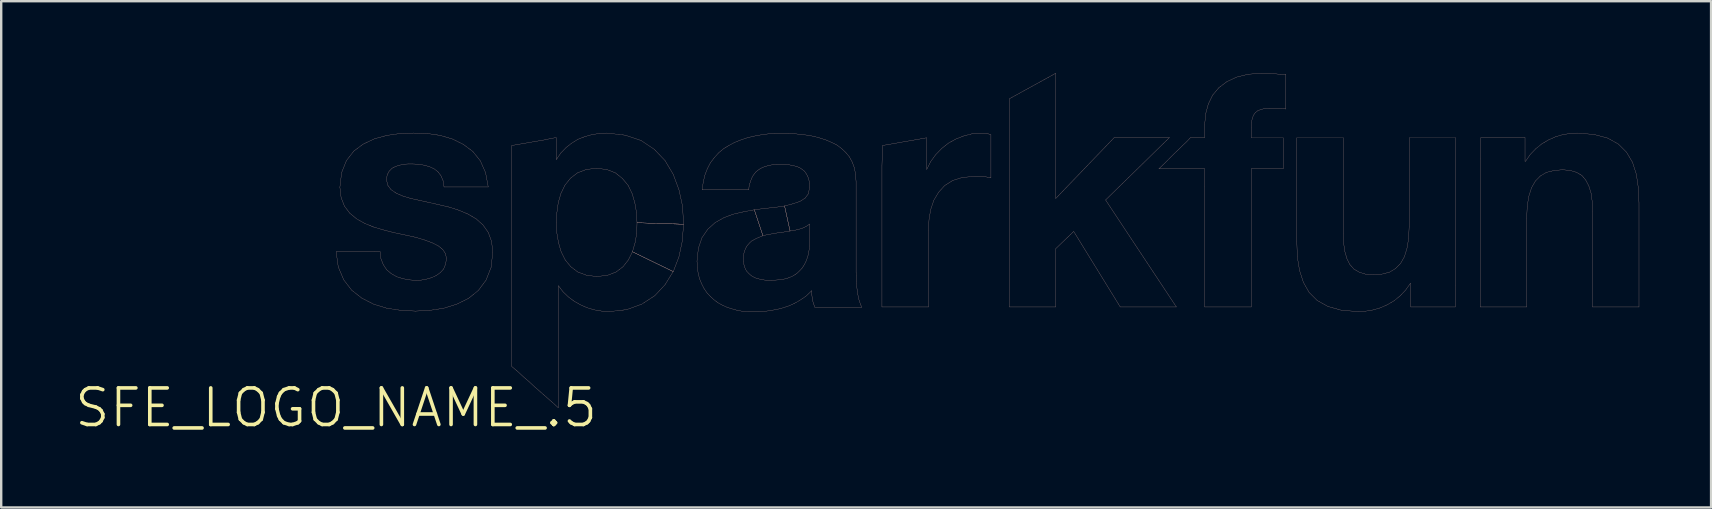
<source format=kicad_pcb>
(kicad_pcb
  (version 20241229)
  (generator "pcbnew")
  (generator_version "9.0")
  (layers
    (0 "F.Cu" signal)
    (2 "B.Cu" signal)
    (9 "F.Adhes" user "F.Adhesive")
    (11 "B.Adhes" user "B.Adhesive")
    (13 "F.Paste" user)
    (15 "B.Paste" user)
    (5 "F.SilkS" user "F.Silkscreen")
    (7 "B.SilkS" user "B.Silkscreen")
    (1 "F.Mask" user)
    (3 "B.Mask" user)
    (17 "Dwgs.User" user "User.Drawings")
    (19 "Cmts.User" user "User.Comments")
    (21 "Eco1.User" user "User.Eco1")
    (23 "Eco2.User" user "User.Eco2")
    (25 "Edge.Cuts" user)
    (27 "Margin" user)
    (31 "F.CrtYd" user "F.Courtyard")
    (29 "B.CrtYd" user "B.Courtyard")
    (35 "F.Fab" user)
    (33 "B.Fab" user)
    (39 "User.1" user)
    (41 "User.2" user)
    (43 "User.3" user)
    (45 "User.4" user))
  (footprint "SFE_LOGO_NAME_.5"
    (layer "F.Cu")
    (at 10.958 13.943)
    (property "Reference" "SFE_LOGO_NAME_.5" (at 0 0 0) (layer "F.SilkS") (effects (font (size 1.524 1.524) (thickness 0.15))))
    (attr exclude_from_pos_files exclude_from_bom)
    (fp_line (start 0 -6.5) (end 1.608 -6.5) (stroke (width 0.008) (type solid)) (layer "B.SilkS"))
    (fp_line (start 0.089 -5.87) (end 0 -6.5) (stroke (width 0.008) (type solid)) (layer "B.SilkS"))
    (fp_line (start 0.157 -9.19) (end 0.229 -9.799) (stroke (width 0.008) (type solid)) (layer "B.SilkS"))
    (fp_line (start 0.208 -8.758) (end 0.157 -9.19) (stroke (width 0.008) (type solid)) (layer "B.SilkS"))
    (fp_line (start 0.229 -9.799) (end 0.429 -10.3) (stroke (width 0.008) (type solid)) (layer "B.SilkS"))
    (fp_line (start 0.318 -5.329) (end 0.089 -5.87) (stroke (width 0.008) (type solid)) (layer "B.SilkS"))
    (fp_line (start 0.348 -8.4) (end 0.208 -8.758) (stroke (width 0.008) (type solid)) (layer "B.SilkS"))
    (fp_line (start 0.429 -10.3) (end 0.739 -10.698) (stroke (width 0.008) (type solid)) (layer "B.SilkS"))
    (fp_line (start 0.569 -8.108) (end 0.348 -8.4) (stroke (width 0.008) (type solid)) (layer "B.SilkS"))
    (fp_line (start 0.648 -4.9) (end 0.318 -5.329) (stroke (width 0.008) (type solid)) (layer "B.SilkS"))
    (fp_line (start 0.739 -10.698) (end 1.128 -10.988) (stroke (width 0.008) (type solid)) (layer "B.SilkS"))
    (fp_line (start 0.859 -7.869) (end 0.569 -8.108) (stroke (width 0.008) (type solid)) (layer "B.SilkS"))
    (fp_line (start 1.069 -4.569) (end 0.648 -4.9) (stroke (width 0.008) (type solid)) (layer "B.SilkS"))
    (fp_line (start 1.128 -10.988) (end 1.598 -11.209) (stroke (width 0.008) (type solid)) (layer "B.SilkS"))
    (fp_line (start 1.199 -7.678) (end 0.859 -7.869) (stroke (width 0.008) (type solid)) (layer "B.SilkS"))
    (fp_line (start 1.56 -4.318) (end 1.069 -4.569) (stroke (width 0.008) (type solid)) (layer "B.SilkS"))
    (fp_line (start 1.57 -7.529) (end 1.199 -7.678) (stroke (width 0.008) (type solid)) (layer "B.SilkS"))
    (fp_line (start 1.598 -11.209) (end 2.108 -11.349) (stroke (width 0.008) (type solid)) (layer "B.SilkS"))
    (fp_line (start 1.608 -6.5) (end 1.839 -6.5) (stroke (width 0.008) (type solid)) (layer "B.SilkS"))
    (fp_line (start 1.839 -6.5) (end 1.869 -6.208) (stroke (width 0.008) (type solid)) (layer "B.SilkS"))
    (fp_line (start 1.869 -6.208) (end 1.968 -5.959) (stroke (width 0.008) (type solid)) (layer "B.SilkS"))
    (fp_line (start 1.968 -5.959) (end 2.108 -5.748) (stroke (width 0.008) (type solid)) (layer "B.SilkS"))
    (fp_line (start 1.979 -7.409) (end 1.57 -7.529) (stroke (width 0.008) (type solid)) (layer "B.SilkS"))
    (fp_line (start 2.098 -9.51) (end 2.149 -9.279) (stroke (width 0.008) (type solid)) (layer "B.SilkS"))
    (fp_line (start 2.108 -11.349) (end 2.67 -11.43) (stroke (width 0.008) (type solid)) (layer "B.SilkS"))
    (fp_line (start 2.108 -5.748) (end 2.299 -5.588) (stroke (width 0.008) (type solid)) (layer "B.SilkS"))
    (fp_line (start 2.108 -4.148) (end 1.56 -4.318) (stroke (width 0.008) (type solid)) (layer "B.SilkS"))
    (fp_line (start 2.129 -9.708) (end 2.098 -9.51) (stroke (width 0.008) (type solid)) (layer "B.SilkS"))
    (fp_line (start 2.149 -9.279) (end 2.289 -9.088) (stroke (width 0.008) (type solid)) (layer "B.SilkS"))
    (fp_line (start 2.21 -9.858) (end 2.129 -9.708) (stroke (width 0.008) (type solid)) (layer "B.SilkS"))
    (fp_line (start 2.289 -9.088) (end 2.51 -8.938) (stroke (width 0.008) (type solid)) (layer "B.SilkS"))
    (fp_line (start 2.299 -5.588) (end 2.53 -5.458) (stroke (width 0.008) (type solid)) (layer "B.SilkS"))
    (fp_line (start 2.329 -9.98) (end 2.21 -9.858) (stroke (width 0.008) (type solid)) (layer "B.SilkS"))
    (fp_line (start 2.398 -7.3) (end 1.979 -7.409) (stroke (width 0.008) (type solid)) (layer "B.SilkS"))
    (fp_line (start 2.479 -10.058) (end 2.329 -9.98) (stroke (width 0.008) (type solid)) (layer "B.SilkS"))
    (fp_line (start 2.51 -8.938) (end 2.789 -8.819) (stroke (width 0.008) (type solid)) (layer "B.SilkS"))
    (fp_line (start 2.53 -5.458) (end 2.779 -5.38) (stroke (width 0.008) (type solid)) (layer "B.SilkS"))
    (fp_line (start 2.649 -10.109) (end 2.479 -10.058) (stroke (width 0.008) (type solid)) (layer "B.SilkS"))
    (fp_line (start 2.67 -11.43) (end 3.228 -11.448) (stroke (width 0.008) (type solid)) (layer "B.SilkS"))
    (fp_line (start 2.697 -4.059) (end 2.108 -4.148) (stroke (width 0.008) (type solid)) (layer "B.SilkS"))
    (fp_line (start 2.779 -5.38) (end 3.048 -5.329) (stroke (width 0.008) (type solid)) (layer "B.SilkS"))
    (fp_line (start 2.789 -8.819) (end 3.119 -8.72) (stroke (width 0.008) (type solid)) (layer "B.SilkS"))
    (fp_line (start 2.83 -10.15) (end 2.649 -10.109) (stroke (width 0.008) (type solid)) (layer "B.SilkS"))
    (fp_line (start 2.888 -7.198) (end 2.398 -7.3) (stroke (width 0.008) (type solid)) (layer "B.SilkS"))
    (fp_line (start 3.01 -10.16) (end 2.83 -10.15) (stroke (width 0.008) (type solid)) (layer "B.SilkS"))
    (fp_line (start 3.048 -5.329) (end 3.33 -5.309) (stroke (width 0.008) (type solid)) (layer "B.SilkS"))
    (fp_line (start 3.119 -8.72) (end 3.49 -8.639) (stroke (width 0.008) (type solid)) (layer "B.SilkS"))
    (fp_line (start 3.178 -10.16) (end 3.01 -10.16) (stroke (width 0.008) (type solid)) (layer "B.SilkS"))
    (fp_line (start 3.228 -11.448) (end 3.8 -11.43) (stroke (width 0.008) (type solid)) (layer "B.SilkS"))
    (fp_line (start 3.31 -4.028) (end 2.697 -4.059) (stroke (width 0.008) (type solid)) (layer "B.SilkS"))
    (fp_line (start 3.33 -7.099) (end 2.888 -7.198) (stroke (width 0.008) (type solid)) (layer "B.SilkS"))
    (fp_line (start 3.33 -5.309) (end 3.538 -5.319) (stroke (width 0.008) (type solid)) (layer "B.SilkS"))
    (fp_line (start 3.429 -10.15) (end 3.178 -10.16) (stroke (width 0.008) (type solid)) (layer "B.SilkS"))
    (fp_line (start 3.49 -8.639) (end 3.889 -8.55) (stroke (width 0.008) (type solid)) (layer "B.SilkS"))
    (fp_line (start 3.538 -5.319) (end 3.759 -5.359) (stroke (width 0.008) (type solid)) (layer "B.SilkS"))
    (fp_line (start 3.668 -10.109) (end 3.429 -10.15) (stroke (width 0.008) (type solid)) (layer "B.SilkS"))
    (fp_line (start 3.698 -6.988) (end 3.33 -7.099) (stroke (width 0.008) (type solid)) (layer "B.SilkS"))
    (fp_line (start 3.759 -5.359) (end 3.967 -5.418) (stroke (width 0.008) (type solid)) (layer "B.SilkS"))
    (fp_line (start 3.8 -11.43) (end 4.338 -11.349) (stroke (width 0.008) (type solid)) (layer "B.SilkS"))
    (fp_line (start 3.889 -10.048) (end 3.668 -10.109) (stroke (width 0.008) (type solid)) (layer "B.SilkS"))
    (fp_line (start 3.889 -8.55) (end 4.298 -8.458) (stroke (width 0.008) (type solid)) (layer "B.SilkS"))
    (fp_line (start 3.909 -4.059) (end 3.31 -4.028) (stroke (width 0.008) (type solid)) (layer "B.SilkS"))
    (fp_line (start 3.967 -5.418) (end 4.168 -5.509) (stroke (width 0.008) (type solid)) (layer "B.SilkS"))
    (fp_line (start 4.018 -6.868) (end 3.698 -6.988) (stroke (width 0.008) (type solid)) (layer "B.SilkS"))
    (fp_line (start 4.079 -9.959) (end 3.889 -10.048) (stroke (width 0.008) (type solid)) (layer "B.SilkS"))
    (fp_line (start 4.168 -5.509) (end 4.338 -5.629) (stroke (width 0.008) (type solid)) (layer "B.SilkS"))
    (fp_line (start 4.239 -9.84) (end 4.079 -9.959) (stroke (width 0.008) (type solid)) (layer "B.SilkS"))
    (fp_line (start 4.27 -6.739) (end 4.018 -6.868) (stroke (width 0.008) (type solid)) (layer "B.SilkS"))
    (fp_line (start 4.298 -8.458) (end 4.719 -8.359) (stroke (width 0.008) (type solid)) (layer "B.SilkS"))
    (fp_line (start 4.338 -11.349) (end 4.849 -11.199) (stroke (width 0.008) (type solid)) (layer "B.SilkS"))
    (fp_line (start 4.338 -5.629) (end 4.478 -5.779) (stroke (width 0.008) (type solid)) (layer "B.SilkS"))
    (fp_line (start 4.369 -9.67) (end 4.239 -9.84) (stroke (width 0.008) (type solid)) (layer "B.SilkS"))
    (fp_line (start 4.448 -6.589) (end 4.27 -6.739) (stroke (width 0.008) (type solid)) (layer "B.SilkS"))
    (fp_line (start 4.458 -9.459) (end 4.369 -9.67) (stroke (width 0.008) (type solid)) (layer "B.SilkS"))
    (fp_line (start 4.478 -5.779) (end 4.559 -5.979) (stroke (width 0.008) (type solid)) (layer "B.SilkS"))
    (fp_line (start 4.488 -4.148) (end 3.909 -4.059) (stroke (width 0.008) (type solid)) (layer "B.SilkS"))
    (fp_line (start 4.498 -9.2) (end 4.458 -9.459) (stroke (width 0.008) (type solid)) (layer "B.SilkS"))
    (fp_line (start 4.559 -6.419) (end 4.448 -6.589) (stroke (width 0.008) (type solid)) (layer "B.SilkS"))
    (fp_line (start 4.559 -5.979) (end 4.6 -6.208) (stroke (width 0.008) (type solid)) (layer "B.SilkS"))
    (fp_line (start 4.6 -6.208) (end 4.559 -6.419) (stroke (width 0.008) (type solid)) (layer "B.SilkS"))
    (fp_line (start 4.719 -8.359) (end 5.118 -8.23) (stroke (width 0.008) (type solid)) (layer "B.SilkS"))
    (fp_line (start 4.849 -11.199) (end 5.298 -10.978) (stroke (width 0.008) (type solid)) (layer "B.SilkS"))
    (fp_line (start 5.029 -4.318) (end 4.488 -4.148) (stroke (width 0.008) (type solid)) (layer "B.SilkS"))
    (fp_line (start 5.118 -8.23) (end 5.499 -8.07) (stroke (width 0.008) (type solid)) (layer "B.SilkS"))
    (fp_line (start 5.298 -10.978) (end 5.7 -10.678) (stroke (width 0.008) (type solid)) (layer "B.SilkS"))
    (fp_line (start 5.499 -8.07) (end 5.839 -7.869) (stroke (width 0.008) (type solid)) (layer "B.SilkS"))
    (fp_line (start 5.519 -4.559) (end 5.029 -4.318) (stroke (width 0.008) (type solid)) (layer "B.SilkS"))
    (fp_line (start 5.7 -10.678) (end 6.01 -10.29) (stroke (width 0.008) (type solid)) (layer "B.SilkS"))
    (fp_line (start 5.839 -7.869) (end 6.119 -7.62) (stroke (width 0.008) (type solid)) (layer "B.SilkS"))
    (fp_line (start 5.928 -4.889) (end 5.519 -4.559) (stroke (width 0.008) (type solid)) (layer "B.SilkS"))
    (fp_line (start 6.01 -10.29) (end 6.228 -9.799) (stroke (width 0.008) (type solid)) (layer "B.SilkS"))
    (fp_line (start 6.119 -7.62) (end 6.34 -7.308) (stroke (width 0.008) (type solid)) (layer "B.SilkS"))
    (fp_line (start 6.228 -9.799) (end 6.34 -9.2) (stroke (width 0.008) (type solid)) (layer "B.SilkS"))
    (fp_line (start 6.248 -5.319) (end 5.928 -4.889) (stroke (width 0.008) (type solid)) (layer "B.SilkS"))
    (fp_line (start 6.34 -9.2) (end 4.498 -9.2) (stroke (width 0.008) (type solid)) (layer "B.SilkS"))
    (fp_line (start 6.34 -7.308) (end 6.48 -6.929) (stroke (width 0.008) (type solid)) (layer "B.SilkS"))
    (fp_line (start 6.459 -5.85) (end 6.248 -5.319) (stroke (width 0.008) (type solid)) (layer "B.SilkS"))
    (fp_line (start 6.48 -6.929) (end 6.528 -6.48) (stroke (width 0.008) (type solid)) (layer "B.SilkS"))
    (fp_line (start 6.528 -6.48) (end 6.459 -5.85) (stroke (width 0.008) (type solid)) (layer "B.SilkS"))
    (fp_line (start 7.318 -10.93) (end 7.549 -10.968) (stroke (width 0.008) (type solid)) (layer "B.SilkS"))
    (fp_line (start 7.318 -1.72) (end 7.318 -10.93) (stroke (width 0.008) (type solid)) (layer "B.SilkS"))
    (fp_line (start 7.549 -10.968) (end 7.777 -11.008) (stroke (width 0.008) (type solid)) (layer "B.SilkS"))
    (fp_line (start 7.569 -1.509) (end 7.318 -1.72) (stroke (width 0.008) (type solid)) (layer "B.SilkS"))
    (fp_line (start 7.777 -11.008) (end 8.019 -11.049) (stroke (width 0.008) (type solid)) (layer "B.SilkS"))
    (fp_line (start 7.808 -1.288) (end 7.569 -1.509) (stroke (width 0.008) (type solid)) (layer "B.SilkS"))
    (fp_line (start 8.019 -11.049) (end 8.25 -11.09) (stroke (width 0.008) (type solid)) (layer "B.SilkS"))
    (fp_line (start 8.049 -1.079) (end 7.808 -1.288) (stroke (width 0.008) (type solid)) (layer "B.SilkS"))
    (fp_line (start 8.25 -11.09) (end 8.479 -11.128) (stroke (width 0.008) (type solid)) (layer "B.SilkS"))
    (fp_line (start 8.288 -0.859) (end 8.049 -1.079) (stroke (width 0.008) (type solid)) (layer "B.SilkS"))
    (fp_line (start 8.479 -11.128) (end 8.71 -11.168) (stroke (width 0.008) (type solid)) (layer "B.SilkS"))
    (fp_line (start 8.529 -0.648) (end 8.288 -0.859) (stroke (width 0.008) (type solid)) (layer "B.SilkS"))
    (fp_line (start 8.71 -11.168) (end 8.938 -11.219) (stroke (width 0.008) (type solid)) (layer "B.SilkS"))
    (fp_line (start 8.778 -0.429) (end 8.529 -0.648) (stroke (width 0.008) (type solid)) (layer "B.SilkS"))
    (fp_line (start 8.938 -11.219) (end 9.169 -11.26) (stroke (width 0.008) (type solid)) (layer "B.SilkS"))
    (fp_line (start 9.02 -0.218) (end 8.778 -0.429) (stroke (width 0.008) (type solid)) (layer "B.SilkS"))
    (fp_line (start 9.169 -11.26) (end 9.169 -10.348) (stroke (width 0.008) (type solid)) (layer "B.SilkS"))
    (fp_line (start 9.169 -10.348) (end 9.18 -10.348) (stroke (width 0.008) (type solid)) (layer "B.SilkS"))
    (fp_line (start 9.18 -10.348) (end 9.368 -10.62) (stroke (width 0.008) (type solid)) (layer "B.SilkS"))
    (fp_line (start 9.18 -7.709) (end 9.2 -7.28) (stroke (width 0.008) (type solid)) (layer "B.SilkS"))
    (fp_line (start 9.2 -8.128) (end 9.18 -7.709) (stroke (width 0.008) (type solid)) (layer "B.SilkS"))
    (fp_line (start 9.2 -7.28) (end 9.268 -6.878) (stroke (width 0.008) (type solid)) (layer "B.SilkS"))
    (fp_line (start 9.258 -8.55) (end 9.2 -8.128) (stroke (width 0.008) (type solid)) (layer "B.SilkS"))
    (fp_line (start 9.258 -5.08) (end 9.258 0) (stroke (width 0.008) (type solid)) (layer "B.SilkS"))
    (fp_line (start 9.258 0) (end 9.02 -0.218) (stroke (width 0.008) (type solid)) (layer "B.SilkS"))
    (fp_line (start 9.268 -6.878) (end 9.378 -6.5) (stroke (width 0.008) (type solid)) (layer "B.SilkS"))
    (fp_line (start 9.268 -5.08) (end 9.258 -5.08) (stroke (width 0.008) (type solid)) (layer "B.SilkS"))
    (fp_line (start 9.368 -10.62) (end 9.588 -10.848) (stroke (width 0.008) (type solid)) (layer "B.SilkS"))
    (fp_line (start 9.368 -8.928) (end 9.258 -8.55) (stroke (width 0.008) (type solid)) (layer "B.SilkS"))
    (fp_line (start 9.378 -6.5) (end 9.548 -6.16) (stroke (width 0.008) (type solid)) (layer "B.SilkS"))
    (fp_line (start 9.459 -4.829) (end 9.268 -5.08) (stroke (width 0.008) (type solid)) (layer "B.SilkS"))
    (fp_line (start 9.538 -9.279) (end 9.368 -8.928) (stroke (width 0.008) (type solid)) (layer "B.SilkS"))
    (fp_line (start 9.548 -6.16) (end 9.779 -5.878) (stroke (width 0.008) (type solid)) (layer "B.SilkS"))
    (fp_line (start 9.588 -10.848) (end 9.82 -11.029) (stroke (width 0.008) (type solid)) (layer "B.SilkS"))
    (fp_line (start 9.68 -4.618) (end 9.459 -4.829) (stroke (width 0.008) (type solid)) (layer "B.SilkS"))
    (fp_line (start 9.769 -9.568) (end 9.538 -9.279) (stroke (width 0.008) (type solid)) (layer "B.SilkS"))
    (fp_line (start 9.779 -5.878) (end 10.069 -5.659) (stroke (width 0.008) (type solid)) (layer "B.SilkS"))
    (fp_line (start 9.82 -11.029) (end 10.079 -11.189) (stroke (width 0.008) (type solid)) (layer "B.SilkS"))
    (fp_line (start 9.919 -4.44) (end 9.68 -4.618) (stroke (width 0.008) (type solid)) (layer "B.SilkS"))
    (fp_line (start 10.058 -9.789) (end 9.769 -9.568) (stroke (width 0.008) (type solid)) (layer "B.SilkS"))
    (fp_line (start 10.069 -5.659) (end 10.439 -5.519) (stroke (width 0.008) (type solid)) (layer "B.SilkS"))
    (fp_line (start 10.079 -11.189) (end 10.358 -11.298) (stroke (width 0.008) (type solid)) (layer "B.SilkS"))
    (fp_line (start 10.188 -4.288) (end 9.919 -4.44) (stroke (width 0.008) (type solid)) (layer "B.SilkS"))
    (fp_line (start 10.358 -11.298) (end 10.648 -11.379) (stroke (width 0.008) (type solid)) (layer "B.SilkS"))
    (fp_line (start 10.419 -9.929) (end 10.058 -9.789) (stroke (width 0.008) (type solid)) (layer "B.SilkS"))
    (fp_line (start 10.439 -5.519) (end 10.869 -5.469) (stroke (width 0.008) (type solid)) (layer "B.SilkS"))
    (fp_line (start 10.46 -4.168) (end 10.188 -4.288) (stroke (width 0.008) (type solid)) (layer "B.SilkS"))
    (fp_line (start 10.648 -11.379) (end 10.958 -11.43) (stroke (width 0.008) (type solid)) (layer "B.SilkS"))
    (fp_line (start 10.759 -4.079) (end 10.46 -4.168) (stroke (width 0.008) (type solid)) (layer "B.SilkS"))
    (fp_line (start 10.848 -9.98) (end 10.419 -9.929) (stroke (width 0.008) (type solid)) (layer "B.SilkS"))
    (fp_line (start 10.869 -5.469) (end 11.308 -5.519) (stroke (width 0.008) (type solid)) (layer "B.SilkS"))
    (fp_line (start 10.958 -11.43) (end 11.278 -11.448) (stroke (width 0.008) (type solid)) (layer "B.SilkS"))
    (fp_line (start 11.069 -4.028) (end 10.759 -4.079) (stroke (width 0.008) (type solid)) (layer "B.SilkS"))
    (fp_line (start 11.278 -11.448) (end 12.05 -11.359) (stroke (width 0.008) (type solid)) (layer "B.SilkS"))
    (fp_line (start 11.278 -9.929) (end 10.848 -9.98) (stroke (width 0.008) (type solid)) (layer "B.SilkS"))
    (fp_line (start 11.308 -5.519) (end 11.669 -5.659) (stroke (width 0.008) (type solid)) (layer "B.SilkS"))
    (fp_line (start 11.389 -4.008) (end 11.069 -4.028) (stroke (width 0.008) (type solid)) (layer "B.SilkS"))
    (fp_line (start 11.638 -9.789) (end 11.278 -9.929) (stroke (width 0.008) (type solid)) (layer "B.SilkS"))
    (fp_line (start 11.669 -5.659) (end 11.958 -5.878) (stroke (width 0.008) (type solid)) (layer "B.SilkS"))
    (fp_line (start 11.928 -9.558) (end 11.638 -9.789) (stroke (width 0.008) (type solid)) (layer "B.SilkS"))
    (fp_line (start 11.958 -5.878) (end 12.179 -6.16) (stroke (width 0.008) (type solid)) (layer "B.SilkS"))
    (fp_line (start 12.05 -11.359) (end 12.708 -11.138) (stroke (width 0.008) (type solid)) (layer "B.SilkS"))
    (fp_line (start 12.108 -4.089) (end 11.389 -4.008) (stroke (width 0.008) (type solid)) (layer "B.SilkS"))
    (fp_line (start 12.169 -9.268) (end 11.928 -9.558) (stroke (width 0.008) (type solid)) (layer "B.SilkS"))
    (fp_line (start 12.179 -6.16) (end 12.349 -6.5) (stroke (width 0.008) (type solid)) (layer "B.SilkS"))
    (fp_line (start 12.339 -8.918) (end 12.169 -9.268) (stroke (width 0.008) (type solid)) (layer "B.SilkS"))
    (fp_line (start 12.349 -6.5) (end 12.459 -6.878) (stroke (width 0.008) (type solid)) (layer "B.SilkS"))
    (fp_line (start 12.349 -6.5) (end 14.049 -5.679) (stroke (width 0.008) (type solid)) (layer "B.SilkS"))
    (fp_line (start 12.449 -8.539) (end 12.339 -8.918) (stroke (width 0.008) (type solid)) (layer "B.SilkS"))
    (fp_line (start 12.459 -6.878) (end 12.53 -7.28) (stroke (width 0.008) (type solid)) (layer "B.SilkS"))
    (fp_line (start 12.52 -8.128) (end 12.449 -8.539) (stroke (width 0.008) (type solid)) (layer "B.SilkS"))
    (fp_line (start 12.53 -7.28) (end 12.54 -7.709) (stroke (width 0.008) (type solid)) (layer "B.SilkS"))
    (fp_line (start 12.54 -7.709) (end 12.52 -8.128) (stroke (width 0.008) (type solid)) (layer "B.SilkS"))
    (fp_line (start 12.54 -7.709) (end 14.478 -7.648) (stroke (width 0.008) (type solid)) (layer "B.SilkS"))
    (fp_line (start 12.708 -11.138) (end 13.259 -10.77) (stroke (width 0.008) (type solid)) (layer "B.SilkS"))
    (fp_line (start 12.738 -4.318) (end 12.108 -4.089) (stroke (width 0.008) (type solid)) (layer "B.SilkS"))
    (fp_line (start 13.259 -10.77) (end 13.708 -10.3) (stroke (width 0.008) (type solid)) (layer "B.SilkS"))
    (fp_line (start 13.279 -4.669) (end 12.738 -4.318) (stroke (width 0.008) (type solid)) (layer "B.SilkS"))
    (fp_line (start 13.708 -10.3) (end 14.049 -9.728) (stroke (width 0.008) (type solid)) (layer "B.SilkS"))
    (fp_line (start 13.708 -5.128) (end 13.279 -4.669) (stroke (width 0.008) (type solid)) (layer "B.SilkS"))
    (fp_line (start 14.049 -9.728) (end 14.287 -9.088) (stroke (width 0.008) (type solid)) (layer "B.SilkS"))
    (fp_line (start 14.049 -5.679) (end 13.708 -5.128) (stroke (width 0.008) (type solid)) (layer "B.SilkS"))
    (fp_line (start 14.049 -5.669) (end 12.349 -6.5) (stroke (width 0.008) (type solid)) (layer "B.SilkS"))
    (fp_line (start 14.287 -9.088) (end 14.44 -8.39) (stroke (width 0.008) (type solid)) (layer "B.SilkS"))
    (fp_line (start 14.287 -6.289) (end 14.049 -5.669) (stroke (width 0.008) (type solid)) (layer "B.SilkS"))
    (fp_line (start 14.43 -6.96) (end 14.287 -6.289) (stroke (width 0.008) (type solid)) (layer "B.SilkS"))
    (fp_line (start 14.44 -8.39) (end 14.478 -7.648) (stroke (width 0.008) (type solid)) (layer "B.SilkS"))
    (fp_line (start 14.478 -7.648) (end 12.54 -7.709) (stroke (width 0.008) (type solid)) (layer "B.SilkS"))
    (fp_line (start 14.478 -7.648) (end 14.43 -6.96) (stroke (width 0.008) (type solid)) (layer "B.SilkS"))
    (fp_line (start 15.039 -6.109) (end 15.098 -6.65) (stroke (width 0.008) (type solid)) (layer "B.SilkS"))
    (fp_line (start 15.06 -5.839) (end 15.039 -6.109) (stroke (width 0.008) (type solid)) (layer "B.SilkS"))
    (fp_line (start 15.088 -5.598) (end 15.06 -5.839) (stroke (width 0.008) (type solid)) (layer "B.SilkS"))
    (fp_line (start 15.098 -6.65) (end 15.248 -7.089) (stroke (width 0.008) (type solid)) (layer "B.SilkS"))
    (fp_line (start 15.149 -5.37) (end 15.088 -5.598) (stroke (width 0.008) (type solid)) (layer "B.SilkS"))
    (fp_line (start 15.23 -5.169) (end 15.149 -5.37) (stroke (width 0.008) (type solid)) (layer "B.SilkS"))
    (fp_line (start 15.248 -7.089) (end 15.489 -7.44) (stroke (width 0.008) (type solid)) (layer "B.SilkS"))
    (fp_line (start 15.258 -9.078) (end 15.298 -9.398) (stroke (width 0.008) (type solid)) (layer "B.SilkS"))
    (fp_line (start 15.298 -9.398) (end 15.37 -9.698) (stroke (width 0.008) (type solid)) (layer "B.SilkS"))
    (fp_line (start 15.329 -4.978) (end 15.23 -5.169) (stroke (width 0.008) (type solid)) (layer "B.SilkS"))
    (fp_line (start 15.37 -9.698) (end 15.469 -9.959) (stroke (width 0.008) (type solid)) (layer "B.SilkS"))
    (fp_line (start 15.448 -4.798) (end 15.329 -4.978) (stroke (width 0.008) (type solid)) (layer "B.SilkS"))
    (fp_line (start 15.469 -9.959) (end 15.598 -10.208) (stroke (width 0.008) (type solid)) (layer "B.SilkS"))
    (fp_line (start 15.489 -7.44) (end 15.799 -7.719) (stroke (width 0.008) (type solid)) (layer "B.SilkS"))
    (fp_line (start 15.588 -4.648) (end 15.448 -4.798) (stroke (width 0.008) (type solid)) (layer "B.SilkS"))
    (fp_line (start 15.598 -10.208) (end 15.758 -10.419) (stroke (width 0.008) (type solid)) (layer "B.SilkS"))
    (fp_line (start 15.738 -4.508) (end 15.588 -4.648) (stroke (width 0.008) (type solid)) (layer "B.SilkS"))
    (fp_line (start 15.758 -10.419) (end 15.938 -10.62) (stroke (width 0.008) (type solid)) (layer "B.SilkS"))
    (fp_line (start 15.799 -7.719) (end 16.159 -7.92) (stroke (width 0.008) (type solid)) (layer "B.SilkS"))
    (fp_line (start 15.908 -4.379) (end 15.738 -4.508) (stroke (width 0.008) (type solid)) (layer "B.SilkS"))
    (fp_line (start 15.938 -10.62) (end 16.139 -10.79) (stroke (width 0.008) (type solid)) (layer "B.SilkS"))
    (fp_line (start 16.088 -4.28) (end 15.908 -4.379) (stroke (width 0.008) (type solid)) (layer "B.SilkS"))
    (fp_line (start 16.139 -10.79) (end 16.368 -10.93) (stroke (width 0.008) (type solid)) (layer "B.SilkS"))
    (fp_line (start 16.159 -7.92) (end 16.558 -8.07) (stroke (width 0.008) (type solid)) (layer "B.SilkS"))
    (fp_line (start 16.289 -4.188) (end 16.088 -4.28) (stroke (width 0.008) (type solid)) (layer "B.SilkS"))
    (fp_line (start 16.368 -10.93) (end 16.609 -11.059) (stroke (width 0.008) (type solid)) (layer "B.SilkS"))
    (fp_line (start 16.5 -4.12) (end 16.289 -4.188) (stroke (width 0.008) (type solid)) (layer "B.SilkS"))
    (fp_line (start 16.558 -8.07) (end 16.988 -8.169) (stroke (width 0.008) (type solid)) (layer "B.SilkS"))
    (fp_line (start 16.609 -11.059) (end 16.858 -11.158) (stroke (width 0.008) (type solid)) (layer "B.SilkS"))
    (fp_line (start 16.718 -4.059) (end 16.5 -4.12) (stroke (width 0.008) (type solid)) (layer "B.SilkS"))
    (fp_line (start 16.858 -11.158) (end 17.13 -11.25) (stroke (width 0.008) (type solid)) (layer "B.SilkS"))
    (fp_line (start 16.949 -4.018) (end 16.718 -4.059) (stroke (width 0.008) (type solid)) (layer "B.SilkS"))
    (fp_line (start 16.98 -6.33) (end 16.98 -6.078) (stroke (width 0.008) (type solid)) (layer "B.SilkS"))
    (fp_line (start 16.98 -6.078) (end 16.998 -5.959) (stroke (width 0.008) (type solid)) (layer "B.SilkS"))
    (fp_line (start 16.988 -8.169) (end 17.429 -8.25) (stroke (width 0.008) (type solid)) (layer "B.SilkS"))
    (fp_line (start 16.998 -6.449) (end 16.98 -6.33) (stroke (width 0.008) (type solid)) (layer "B.SilkS"))
    (fp_line (start 16.998 -5.959) (end 17.028 -5.86) (stroke (width 0.008) (type solid)) (layer "B.SilkS"))
    (fp_line (start 17.028 -6.548) (end 16.998 -6.449) (stroke (width 0.008) (type solid)) (layer "B.SilkS"))
    (fp_line (start 17.028 -5.86) (end 17.069 -5.758) (stroke (width 0.008) (type solid)) (layer "B.SilkS"))
    (fp_line (start 17.069 -6.65) (end 17.028 -6.548) (stroke (width 0.008) (type solid)) (layer "B.SilkS"))
    (fp_line (start 17.069 -5.758) (end 17.12 -5.679) (stroke (width 0.008) (type solid)) (layer "B.SilkS"))
    (fp_line (start 17.12 -6.739) (end 17.069 -6.65) (stroke (width 0.008) (type solid)) (layer "B.SilkS"))
    (fp_line (start 17.12 -5.679) (end 17.188 -5.608) (stroke (width 0.008) (type solid)) (layer "B.SilkS"))
    (fp_line (start 17.13 -11.25) (end 17.409 -11.318) (stroke (width 0.008) (type solid)) (layer "B.SilkS"))
    (fp_line (start 17.178 -6.81) (end 17.12 -6.739) (stroke (width 0.008) (type solid)) (layer "B.SilkS"))
    (fp_line (start 17.188 -5.608) (end 17.259 -5.54) (stroke (width 0.008) (type solid)) (layer "B.SilkS"))
    (fp_line (start 17.198 -9.078) (end 15.258 -9.078) (stroke (width 0.008) (type solid)) (layer "B.SilkS"))
    (fp_line (start 17.198 -3.998) (end 16.949 -4.018) (stroke (width 0.008) (type solid)) (layer "B.SilkS"))
    (fp_line (start 17.209 -9.218) (end 17.198 -9.078) (stroke (width 0.008) (type solid)) (layer "B.SilkS"))
    (fp_line (start 17.239 -9.34) (end 17.209 -9.218) (stroke (width 0.008) (type solid)) (layer "B.SilkS"))
    (fp_line (start 17.249 -6.888) (end 17.178 -6.81) (stroke (width 0.008) (type solid)) (layer "B.SilkS"))
    (fp_line (start 17.259 -5.54) (end 17.328 -5.489) (stroke (width 0.008) (type solid)) (layer "B.SilkS"))
    (fp_line (start 17.28 -9.459) (end 17.239 -9.34) (stroke (width 0.008) (type solid)) (layer "B.SilkS"))
    (fp_line (start 17.318 -9.568) (end 17.28 -9.459) (stroke (width 0.008) (type solid)) (layer "B.SilkS"))
    (fp_line (start 17.318 -6.949) (end 17.249 -6.888) (stroke (width 0.008) (type solid)) (layer "B.SilkS"))
    (fp_line (start 17.328 -5.489) (end 17.419 -5.438) (stroke (width 0.008) (type solid)) (layer "B.SilkS"))
    (fp_line (start 17.369 -9.66) (end 17.318 -9.568) (stroke (width 0.008) (type solid)) (layer "B.SilkS"))
    (fp_line (start 17.409 -11.318) (end 17.689 -11.369) (stroke (width 0.008) (type solid)) (layer "B.SilkS"))
    (fp_line (start 17.409 -6.998) (end 17.318 -6.949) (stroke (width 0.008) (type solid)) (layer "B.SilkS"))
    (fp_line (start 17.419 -5.438) (end 17.508 -5.397) (stroke (width 0.008) (type solid)) (layer "B.SilkS"))
    (fp_line (start 17.429 -9.749) (end 17.369 -9.66) (stroke (width 0.008) (type solid)) (layer "B.SilkS"))
    (fp_line (start 17.429 -8.25) (end 17.788 -7.168) (stroke (width 0.008) (type solid)) (layer "B.SilkS"))
    (fp_line (start 17.429 -8.25) (end 17.869 -8.308) (stroke (width 0.008) (type solid)) (layer "B.SilkS"))
    (fp_line (start 17.498 -9.83) (end 17.429 -9.749) (stroke (width 0.008) (type solid)) (layer "B.SilkS"))
    (fp_line (start 17.498 -7.048) (end 17.409 -6.998) (stroke (width 0.008) (type solid)) (layer "B.SilkS"))
    (fp_line (start 17.508 -5.397) (end 17.61 -5.37) (stroke (width 0.008) (type solid)) (layer "B.SilkS"))
    (fp_line (start 17.579 -9.898) (end 17.498 -9.83) (stroke (width 0.008) (type solid)) (layer "B.SilkS"))
    (fp_line (start 17.59 -7.089) (end 17.498 -7.048) (stroke (width 0.008) (type solid)) (layer "B.SilkS"))
    (fp_line (start 17.61 -5.37) (end 17.709 -5.349) (stroke (width 0.008) (type solid)) (layer "B.SilkS"))
    (fp_line (start 17.61 -3.998) (end 17.198 -3.998) (stroke (width 0.008) (type solid)) (layer "B.SilkS"))
    (fp_line (start 17.668 -9.959) (end 17.579 -9.898) (stroke (width 0.008) (type solid)) (layer "B.SilkS"))
    (fp_line (start 17.689 -11.369) (end 17.978 -11.41) (stroke (width 0.008) (type solid)) (layer "B.SilkS"))
    (fp_line (start 17.689 -7.13) (end 17.59 -7.089) (stroke (width 0.008) (type solid)) (layer "B.SilkS"))
    (fp_line (start 17.709 -5.349) (end 17.818 -5.329) (stroke (width 0.008) (type solid)) (layer "B.SilkS"))
    (fp_line (start 17.76 -10.008) (end 17.668 -9.959) (stroke (width 0.008) (type solid)) (layer "B.SilkS"))
    (fp_line (start 17.77 -4.008) (end 17.61 -3.998) (stroke (width 0.008) (type solid)) (layer "B.SilkS"))
    (fp_line (start 17.788 -7.168) (end 17.429 -8.25) (stroke (width 0.008) (type solid)) (layer "B.SilkS"))
    (fp_line (start 17.788 -7.168) (end 17.689 -7.13) (stroke (width 0.008) (type solid)) (layer "B.SilkS"))
    (fp_line (start 17.818 -5.329) (end 17.93 -5.309) (stroke (width 0.008) (type solid)) (layer "B.SilkS"))
    (fp_line (start 17.859 -10.048) (end 17.76 -10.008) (stroke (width 0.008) (type solid)) (layer "B.SilkS"))
    (fp_line (start 17.869 -8.308) (end 18.288 -8.349) (stroke (width 0.008) (type solid)) (layer "B.SilkS"))
    (fp_line (start 17.899 -7.198) (end 17.788 -7.168) (stroke (width 0.008) (type solid)) (layer "B.SilkS"))
    (fp_line (start 17.93 -5.309) (end 18.158 -5.309) (stroke (width 0.008) (type solid)) (layer "B.SilkS"))
    (fp_line (start 17.937 -4.028) (end 17.77 -4.008) (stroke (width 0.008) (type solid)) (layer "B.SilkS"))
    (fp_line (start 17.968 -10.079) (end 17.859 -10.048) (stroke (width 0.008) (type solid)) (layer "B.SilkS"))
    (fp_line (start 17.978 -11.41) (end 18.278 -11.43) (stroke (width 0.008) (type solid)) (layer "B.SilkS"))
    (fp_line (start 18.009 -7.219) (end 17.899 -7.198) (stroke (width 0.008) (type solid)) (layer "B.SilkS"))
    (fp_line (start 18.09 -10.109) (end 17.968 -10.079) (stroke (width 0.008) (type solid)) (layer "B.SilkS"))
    (fp_line (start 18.098 -4.049) (end 17.937 -4.028) (stroke (width 0.008) (type solid)) (layer "B.SilkS"))
    (fp_line (start 18.118 -7.239) (end 18.009 -7.219) (stroke (width 0.008) (type solid)) (layer "B.SilkS"))
    (fp_line (start 18.158 -5.309) (end 18.428 -5.329) (stroke (width 0.008) (type solid)) (layer "B.SilkS"))
    (fp_line (start 18.209 -10.13) (end 18.09 -10.109) (stroke (width 0.008) (type solid)) (layer "B.SilkS"))
    (fp_line (start 18.23 -7.259) (end 18.118 -7.239) (stroke (width 0.008) (type solid)) (layer "B.SilkS"))
    (fp_line (start 18.258 -4.079) (end 18.098 -4.049) (stroke (width 0.008) (type solid)) (layer "B.SilkS"))
    (fp_line (start 18.278 -11.43) (end 18.839 -11.43) (stroke (width 0.008) (type solid)) (layer "B.SilkS"))
    (fp_line (start 18.288 -8.349) (end 18.689 -8.41) (stroke (width 0.008) (type solid)) (layer "B.SilkS"))
    (fp_line (start 18.339 -10.15) (end 18.209 -10.13) (stroke (width 0.008) (type solid)) (layer "B.SilkS"))
    (fp_line (start 18.349 -7.28) (end 18.23 -7.259) (stroke (width 0.008) (type solid)) (layer "B.SilkS"))
    (fp_line (start 18.418 -4.11) (end 18.258 -4.079) (stroke (width 0.008) (type solid)) (layer "B.SilkS"))
    (fp_line (start 18.428 -5.329) (end 18.659 -5.359) (stroke (width 0.008) (type solid)) (layer "B.SilkS"))
    (fp_line (start 18.458 -7.3) (end 18.349 -7.28) (stroke (width 0.008) (type solid)) (layer "B.SilkS"))
    (fp_line (start 18.57 -4.148) (end 18.418 -4.11) (stroke (width 0.008) (type solid)) (layer "B.SilkS"))
    (fp_line (start 18.578 -7.308) (end 18.458 -7.3) (stroke (width 0.008) (type solid)) (layer "B.SilkS"))
    (fp_line (start 18.659 -5.359) (end 18.87 -5.418) (stroke (width 0.008) (type solid)) (layer "B.SilkS"))
    (fp_line (start 18.689 -8.41) (end 18.918 -7.358) (stroke (width 0.008) (type solid)) (layer "B.SilkS"))
    (fp_line (start 18.689 -8.41) (end 19.03 -8.499) (stroke (width 0.008) (type solid)) (layer "B.SilkS"))
    (fp_line (start 18.689 -7.328) (end 18.578 -7.308) (stroke (width 0.008) (type solid)) (layer "B.SilkS"))
    (fp_line (start 18.73 -10.15) (end 18.339 -10.15) (stroke (width 0.008) (type solid)) (layer "B.SilkS"))
    (fp_line (start 18.73 -4.199) (end 18.57 -4.148) (stroke (width 0.008) (type solid)) (layer "B.SilkS"))
    (fp_line (start 18.809 -7.348) (end 18.689 -7.328) (stroke (width 0.008) (type solid)) (layer "B.SilkS"))
    (fp_line (start 18.839 -11.43) (end 19.108 -11.42) (stroke (width 0.008) (type solid)) (layer "B.SilkS"))
    (fp_line (start 18.849 -10.13) (end 18.73 -10.15) (stroke (width 0.008) (type solid)) (layer "B.SilkS"))
    (fp_line (start 18.87 -5.418) (end 19.05 -5.499) (stroke (width 0.008) (type solid)) (layer "B.SilkS"))
    (fp_line (start 18.88 -4.249) (end 18.73 -4.199) (stroke (width 0.008) (type solid)) (layer "B.SilkS"))
    (fp_line (start 18.918 -7.369) (end 18.689 -8.41) (stroke (width 0.008) (type solid)) (layer "B.SilkS"))
    (fp_line (start 18.918 -7.358) (end 18.809 -7.348) (stroke (width 0.008) (type solid)) (layer "B.SilkS"))
    (fp_line (start 18.959 -10.109) (end 18.849 -10.13) (stroke (width 0.008) (type solid)) (layer "B.SilkS"))
    (fp_line (start 19.03 -8.499) (end 19.329 -8.598) (stroke (width 0.008) (type solid)) (layer "B.SilkS"))
    (fp_line (start 19.03 -7.379) (end 18.918 -7.369) (stroke (width 0.008) (type solid)) (layer "B.SilkS"))
    (fp_line (start 19.03 -4.318) (end 18.88 -4.249) (stroke (width 0.008) (type solid)) (layer "B.SilkS"))
    (fp_line (start 19.05 -5.499) (end 19.2 -5.598) (stroke (width 0.008) (type solid)) (layer "B.SilkS"))
    (fp_line (start 19.068 -10.089) (end 18.959 -10.109) (stroke (width 0.008) (type solid)) (layer "B.SilkS"))
    (fp_line (start 19.108 -11.42) (end 19.378 -11.389) (stroke (width 0.008) (type solid)) (layer "B.SilkS"))
    (fp_line (start 19.129 -7.399) (end 19.03 -7.379) (stroke (width 0.008) (type solid)) (layer "B.SilkS"))
    (fp_line (start 19.169 -10.058) (end 19.068 -10.089) (stroke (width 0.008) (type solid)) (layer "B.SilkS"))
    (fp_line (start 19.169 -4.389) (end 19.03 -4.318) (stroke (width 0.008) (type solid)) (layer "B.SilkS"))
    (fp_line (start 19.2 -5.598) (end 19.319 -5.71) (stroke (width 0.008) (type solid)) (layer "B.SilkS"))
    (fp_line (start 19.238 -7.429) (end 19.129 -7.399) (stroke (width 0.008) (type solid)) (layer "B.SilkS"))
    (fp_line (start 19.268 -10.028) (end 19.169 -10.058) (stroke (width 0.008) (type solid)) (layer "B.SilkS"))
    (fp_line (start 19.309 -4.468) (end 19.169 -4.389) (stroke (width 0.008) (type solid)) (layer "B.SilkS"))
    (fp_line (start 19.319 -5.71) (end 19.428 -5.829) (stroke (width 0.008) (type solid)) (layer "B.SilkS"))
    (fp_line (start 19.329 -8.598) (end 19.548 -8.738) (stroke (width 0.008) (type solid)) (layer "B.SilkS"))
    (fp_line (start 19.329 -7.45) (end 19.238 -7.429) (stroke (width 0.008) (type solid)) (layer "B.SilkS"))
    (fp_line (start 19.36 -9.98) (end 19.268 -10.028) (stroke (width 0.008) (type solid)) (layer "B.SilkS"))
    (fp_line (start 19.378 -11.389) (end 19.649 -11.359) (stroke (width 0.008) (type solid)) (layer "B.SilkS"))
    (fp_line (start 19.418 -7.478) (end 19.329 -7.45) (stroke (width 0.008) (type solid)) (layer "B.SilkS"))
    (fp_line (start 19.428 -5.829) (end 19.51 -5.959) (stroke (width 0.008) (type solid)) (layer "B.SilkS"))
    (fp_line (start 19.439 -9.919) (end 19.36 -9.98) (stroke (width 0.008) (type solid)) (layer "B.SilkS"))
    (fp_line (start 19.449 -4.559) (end 19.309 -4.468) (stroke (width 0.008) (type solid)) (layer "B.SilkS"))
    (fp_line (start 19.51 -7.518) (end 19.418 -7.478) (stroke (width 0.008) (type solid)) (layer "B.SilkS"))
    (fp_line (start 19.51 -5.959) (end 19.578 -6.088) (stroke (width 0.008) (type solid)) (layer "B.SilkS"))
    (fp_line (start 19.52 -9.858) (end 19.439 -9.919) (stroke (width 0.008) (type solid)) (layer "B.SilkS"))
    (fp_line (start 19.548 -8.738) (end 19.688 -8.928) (stroke (width 0.008) (type solid)) (layer "B.SilkS"))
    (fp_line (start 19.578 -9.779) (end 19.52 -9.858) (stroke (width 0.008) (type solid)) (layer "B.SilkS"))
    (fp_line (start 19.578 -6.088) (end 19.629 -6.228) (stroke (width 0.008) (type solid)) (layer "B.SilkS"))
    (fp_line (start 19.578 -4.648) (end 19.449 -4.559) (stroke (width 0.008) (type solid)) (layer "B.SilkS"))
    (fp_line (start 19.588 -7.559) (end 19.51 -7.518) (stroke (width 0.008) (type solid)) (layer "B.SilkS"))
    (fp_line (start 19.629 -9.688) (end 19.578 -9.779) (stroke (width 0.008) (type solid)) (layer "B.SilkS"))
    (fp_line (start 19.629 -6.228) (end 19.67 -6.358) (stroke (width 0.008) (type solid)) (layer "B.SilkS"))
    (fp_line (start 19.649 -11.359) (end 19.919 -11.308) (stroke (width 0.008) (type solid)) (layer "B.SilkS"))
    (fp_line (start 19.66 -7.6) (end 19.588 -7.559) (stroke (width 0.008) (type solid)) (layer "B.SilkS"))
    (fp_line (start 19.67 -6.358) (end 19.698 -6.5) (stroke (width 0.008) (type solid)) (layer "B.SilkS"))
    (fp_line (start 19.68 -9.578) (end 19.629 -9.688) (stroke (width 0.008) (type solid)) (layer "B.SilkS"))
    (fp_line (start 19.688 -8.928) (end 19.728 -9.19) (stroke (width 0.008) (type solid)) (layer "B.SilkS"))
    (fp_line (start 19.698 -6.5) (end 19.718 -6.619) (stroke (width 0.008) (type solid)) (layer "B.SilkS"))
    (fp_line (start 19.698 -4.76) (end 19.578 -4.648) (stroke (width 0.008) (type solid)) (layer "B.SilkS"))
    (fp_line (start 19.708 -9.469) (end 19.68 -9.578) (stroke (width 0.008) (type solid)) (layer "B.SilkS"))
    (fp_line (start 19.718 -6.619) (end 19.728 -6.739) (stroke (width 0.008) (type solid)) (layer "B.SilkS"))
    (fp_line (start 19.728 -9.34) (end 19.708 -9.469) (stroke (width 0.008) (type solid)) (layer "B.SilkS"))
    (fp_line (start 19.728 -9.19) (end 19.728 -9.34) (stroke (width 0.008) (type solid)) (layer "B.SilkS"))
    (fp_line (start 19.728 -7.658) (end 19.66 -7.6) (stroke (width 0.008) (type solid)) (layer "B.SilkS"))
    (fp_line (start 19.728 -6.739) (end 19.728 -7.658) (stroke (width 0.008) (type solid)) (layer "B.SilkS"))
    (fp_line (start 19.82 -4.879) (end 19.698 -4.76) (stroke (width 0.008) (type solid)) (layer "B.SilkS"))
    (fp_line (start 19.82 -4.74) (end 19.82 -4.879) (stroke (width 0.008) (type solid)) (layer "B.SilkS"))
    (fp_line (start 19.83 -4.699) (end 19.82 -4.74) (stroke (width 0.008) (type solid)) (layer "B.SilkS"))
    (fp_line (start 19.83 -4.658) (end 19.83 -4.699) (stroke (width 0.008) (type solid)) (layer "B.SilkS"))
    (fp_line (start 19.84 -4.608) (end 19.83 -4.658) (stroke (width 0.008) (type solid)) (layer "B.SilkS"))
    (fp_line (start 19.84 -4.569) (end 19.84 -4.608) (stroke (width 0.008) (type solid)) (layer "B.SilkS"))
    (fp_line (start 19.848 -4.529) (end 19.84 -4.569) (stroke (width 0.008) (type solid)) (layer "B.SilkS"))
    (fp_line (start 19.858 -4.478) (end 19.848 -4.529) (stroke (width 0.008) (type solid)) (layer "B.SilkS"))
    (fp_line (start 19.868 -4.44) (end 19.858 -4.478) (stroke (width 0.008) (type solid)) (layer "B.SilkS"))
    (fp_line (start 19.878 -4.399) (end 19.868 -4.44) (stroke (width 0.008) (type solid)) (layer "B.SilkS"))
    (fp_line (start 19.888 -4.359) (end 19.878 -4.399) (stroke (width 0.008) (type solid)) (layer "B.SilkS"))
    (fp_line (start 19.909 -4.318) (end 19.888 -4.359) (stroke (width 0.008) (type solid)) (layer "B.SilkS"))
    (fp_line (start 19.919 -11.308) (end 20.168 -11.239) (stroke (width 0.008) (type solid)) (layer "B.SilkS"))
    (fp_line (start 19.919 -4.27) (end 19.909 -4.318) (stroke (width 0.008) (type solid)) (layer "B.SilkS"))
    (fp_line (start 19.939 -4.229) (end 19.919 -4.27) (stroke (width 0.008) (type solid)) (layer "B.SilkS"))
    (fp_line (start 19.949 -4.188) (end 19.939 -4.229) (stroke (width 0.008) (type solid)) (layer "B.SilkS"))
    (fp_line (start 20.168 -11.239) (end 20.419 -11.158) (stroke (width 0.008) (type solid)) (layer "B.SilkS"))
    (fp_line (start 20.419 -11.158) (end 20.648 -11.059) (stroke (width 0.008) (type solid)) (layer "B.SilkS"))
    (fp_line (start 20.648 -11.059) (end 20.869 -10.95) (stroke (width 0.008) (type solid)) (layer "B.SilkS"))
    (fp_line (start 20.869 -10.95) (end 21.059 -10.808) (stroke (width 0.008) (type solid)) (layer "B.SilkS"))
    (fp_line (start 21.059 -10.808) (end 21.239 -10.638) (stroke (width 0.008) (type solid)) (layer "B.SilkS"))
    (fp_line (start 21.239 -10.638) (end 21.389 -10.46) (stroke (width 0.008) (type solid)) (layer "B.SilkS"))
    (fp_line (start 21.389 -10.46) (end 21.509 -10.239) (stroke (width 0.008) (type solid)) (layer "B.SilkS"))
    (fp_line (start 21.509 -10.239) (end 21.598 -10) (stroke (width 0.008) (type solid)) (layer "B.SilkS"))
    (fp_line (start 21.598 -10) (end 21.648 -9.728) (stroke (width 0.008) (type solid)) (layer "B.SilkS"))
    (fp_line (start 21.648 -9.728) (end 21.669 -9.428) (stroke (width 0.008) (type solid)) (layer "B.SilkS"))
    (fp_line (start 21.669 -9.428) (end 21.669 -5.639) (stroke (width 0.008) (type solid)) (layer "B.SilkS"))
    (fp_line (start 21.669 -5.639) (end 21.679 -5.519) (stroke (width 0.008) (type solid)) (layer "B.SilkS"))
    (fp_line (start 21.679 -5.519) (end 21.679 -5.278) (stroke (width 0.008) (type solid)) (layer "B.SilkS"))
    (fp_line (start 21.679 -5.278) (end 21.689 -5.169) (stroke (width 0.008) (type solid)) (layer "B.SilkS"))
    (fp_line (start 21.689 -5.169) (end 21.699 -5.06) (stroke (width 0.008) (type solid)) (layer "B.SilkS"))
    (fp_line (start 21.699 -5.06) (end 21.709 -4.948) (stroke (width 0.008) (type solid)) (layer "B.SilkS"))
    (fp_line (start 21.709 -4.948) (end 21.73 -4.839) (stroke (width 0.008) (type solid)) (layer "B.SilkS"))
    (fp_line (start 21.73 -4.839) (end 21.74 -4.74) (stroke (width 0.008) (type solid)) (layer "B.SilkS"))
    (fp_line (start 21.74 -4.74) (end 21.758 -4.638) (stroke (width 0.008) (type solid)) (layer "B.SilkS"))
    (fp_line (start 21.758 -4.638) (end 21.778 -4.549) (stroke (width 0.008) (type solid)) (layer "B.SilkS"))
    (fp_line (start 21.778 -4.549) (end 21.798 -4.468) (stroke (width 0.008) (type solid)) (layer "B.SilkS"))
    (fp_line (start 21.798 -4.468) (end 21.829 -4.389) (stroke (width 0.008) (type solid)) (layer "B.SilkS"))
    (fp_line (start 21.829 -4.389) (end 21.849 -4.308) (stroke (width 0.008) (type solid)) (layer "B.SilkS"))
    (fp_line (start 21.849 -4.308) (end 21.88 -4.249) (stroke (width 0.008) (type solid)) (layer "B.SilkS"))
    (fp_line (start 21.88 -4.249) (end 21.907 -4.188) (stroke (width 0.008) (type solid)) (layer "B.SilkS"))
    (fp_line (start 21.907 -4.188) (end 19.949 -4.188) (stroke (width 0.008) (type solid)) (layer "B.SilkS"))
    (fp_line (start 22.748 -10.089) (end 22.769 -10.93) (stroke (width 0.008) (type solid)) (layer "B.SilkS"))
    (fp_line (start 22.748 -4.199) (end 22.748 -10.089) (stroke (width 0.008) (type solid)) (layer "B.SilkS"))
    (fp_line (start 22.769 -10.93) (end 23 -10.968) (stroke (width 0.008) (type solid)) (layer "B.SilkS"))
    (fp_line (start 23 -10.968) (end 23.228 -11.008) (stroke (width 0.008) (type solid)) (layer "B.SilkS"))
    (fp_line (start 23.228 -11.008) (end 23.459 -11.049) (stroke (width 0.008) (type solid)) (layer "B.SilkS"))
    (fp_line (start 23.459 -11.049) (end 23.688 -11.09) (stroke (width 0.008) (type solid)) (layer "B.SilkS"))
    (fp_line (start 23.688 -11.09) (end 23.919 -11.128) (stroke (width 0.008) (type solid)) (layer "B.SilkS"))
    (fp_line (start 23.919 -11.128) (end 24.148 -11.168) (stroke (width 0.008) (type solid)) (layer "B.SilkS"))
    (fp_line (start 24.148 -11.168) (end 24.379 -11.209) (stroke (width 0.008) (type solid)) (layer "B.SilkS"))
    (fp_line (start 24.379 -11.209) (end 24.608 -11.25) (stroke (width 0.008) (type solid)) (layer "B.SilkS"))
    (fp_line (start 24.608 -11.25) (end 24.608 -9.939) (stroke (width 0.008) (type solid)) (layer "B.SilkS"))
    (fp_line (start 24.608 -9.939) (end 24.618 -9.939) (stroke (width 0.008) (type solid)) (layer "B.SilkS"))
    (fp_line (start 24.618 -9.939) (end 24.778 -10.259) (stroke (width 0.008) (type solid)) (layer "B.SilkS"))
    (fp_line (start 24.689 -7.379) (end 24.689 -4.199) (stroke (width 0.008) (type solid)) (layer "B.SilkS"))
    (fp_line (start 24.689 -4.199) (end 22.748 -4.199) (stroke (width 0.008) (type solid)) (layer "B.SilkS"))
    (fp_line (start 24.709 -7.838) (end 24.689 -7.379) (stroke (width 0.008) (type solid)) (layer "B.SilkS"))
    (fp_line (start 24.778 -10.259) (end 24.989 -10.549) (stroke (width 0.008) (type solid)) (layer "B.SilkS"))
    (fp_line (start 24.778 -8.258) (end 24.709 -7.838) (stroke (width 0.008) (type solid)) (layer "B.SilkS"))
    (fp_line (start 24.91 -8.649) (end 24.778 -8.258) (stroke (width 0.008) (type solid)) (layer "B.SilkS"))
    (fp_line (start 24.989 -10.549) (end 25.24 -10.808) (stroke (width 0.008) (type solid)) (layer "B.SilkS"))
    (fp_line (start 25.108 -8.979) (end 24.91 -8.649) (stroke (width 0.008) (type solid)) (layer "B.SilkS"))
    (fp_line (start 25.24 -10.808) (end 25.519 -11.029) (stroke (width 0.008) (type solid)) (layer "B.SilkS"))
    (fp_line (start 25.359 -9.258) (end 25.108 -8.979) (stroke (width 0.008) (type solid)) (layer "B.SilkS"))
    (fp_line (start 25.519 -11.029) (end 25.829 -11.199) (stroke (width 0.008) (type solid)) (layer "B.SilkS"))
    (fp_line (start 25.69 -9.469) (end 25.359 -9.258) (stroke (width 0.008) (type solid)) (layer "B.SilkS"))
    (fp_line (start 25.829 -11.199) (end 26.159 -11.328) (stroke (width 0.008) (type solid)) (layer "B.SilkS"))
    (fp_line (start 26.099 -9.599) (end 25.69 -9.469) (stroke (width 0.008) (type solid)) (layer "B.SilkS"))
    (fp_line (start 26.159 -11.328) (end 26.51 -11.42) (stroke (width 0.008) (type solid)) (layer "B.SilkS"))
    (fp_line (start 26.51 -11.42) (end 26.868 -11.438) (stroke (width 0.008) (type solid)) (layer "B.SilkS"))
    (fp_line (start 26.599 -9.639) (end 26.099 -9.599) (stroke (width 0.008) (type solid)) (layer "B.SilkS"))
    (fp_line (start 26.868 -11.438) (end 27.089 -11.438) (stroke (width 0.008) (type solid)) (layer "B.SilkS"))
    (fp_line (start 26.97 -9.639) (end 26.599 -9.639) (stroke (width 0.008) (type solid)) (layer "B.SilkS"))
    (fp_line (start 27.059 -9.629) (end 26.97 -9.639) (stroke (width 0.008) (type solid)) (layer "B.SilkS"))
    (fp_line (start 27.089 -11.438) (end 27.14 -11.43) (stroke (width 0.008) (type solid)) (layer "B.SilkS"))
    (fp_line (start 27.14 -11.43) (end 27.188 -11.41) (stroke (width 0.008) (type solid)) (layer "B.SilkS"))
    (fp_line (start 27.14 -9.609) (end 27.059 -9.629) (stroke (width 0.008) (type solid)) (layer "B.SilkS"))
    (fp_line (start 27.188 -11.41) (end 27.239 -11.4) (stroke (width 0.008) (type solid)) (layer "B.SilkS"))
    (fp_line (start 27.219 -9.599) (end 27.14 -9.609) (stroke (width 0.008) (type solid)) (layer "B.SilkS"))
    (fp_line (start 27.239 -11.4) (end 27.29 -11.379) (stroke (width 0.008) (type solid)) (layer "B.SilkS"))
    (fp_line (start 27.29 -11.379) (end 27.29 -9.578) (stroke (width 0.008) (type solid)) (layer "B.SilkS"))
    (fp_line (start 27.29 -9.578) (end 27.219 -9.599) (stroke (width 0.008) (type solid)) (layer "B.SilkS"))
    (fp_line (start 28.059 -12.878) (end 29.99 -13.94) (stroke (width 0.008) (type solid)) (layer "B.SilkS"))
    (fp_line (start 28.059 -4.199) (end 28.059 -12.878) (stroke (width 0.008) (type solid)) (layer "B.SilkS"))
    (fp_line (start 29.99 -13.94) (end 29.99 -8.72) (stroke (width 0.008) (type solid)) (layer "B.SilkS"))
    (fp_line (start 29.99 -8.72) (end 32.428 -11.26) (stroke (width 0.008) (type solid)) (layer "B.SilkS"))
    (fp_line (start 29.99 -6.629) (end 29.99 -4.199) (stroke (width 0.008) (type solid)) (layer "B.SilkS"))
    (fp_line (start 29.99 -4.199) (end 28.059 -4.199) (stroke (width 0.008) (type solid)) (layer "B.SilkS"))
    (fp_line (start 30.739 -7.348) (end 29.99 -6.629) (stroke (width 0.008) (type solid)) (layer "B.SilkS"))
    (fp_line (start 32.068 -8.659) (end 35.019 -4.199) (stroke (width 0.008) (type solid)) (layer "B.SilkS"))
    (fp_line (start 32.428 -11.26) (end 34.729 -11.26) (stroke (width 0.008) (type solid)) (layer "B.SilkS"))
    (fp_line (start 32.68 -4.199) (end 30.739 -7.348) (stroke (width 0.008) (type solid)) (layer "B.SilkS"))
    (fp_line (start 34.29 -9.959) (end 34.458 -10.119) (stroke (width 0.008) (type solid)) (layer "B.SilkS"))
    (fp_line (start 34.458 -10.119) (end 34.618 -10.279) (stroke (width 0.008) (type solid)) (layer "B.SilkS"))
    (fp_line (start 34.618 -10.279) (end 34.788 -10.45) (stroke (width 0.008) (type solid)) (layer "B.SilkS"))
    (fp_line (start 34.729 -11.26) (end 32.068 -8.659) (stroke (width 0.008) (type solid)) (layer "B.SilkS"))
    (fp_line (start 34.788 -10.45) (end 34.948 -10.61) (stroke (width 0.008) (type solid)) (layer "B.SilkS"))
    (fp_line (start 34.948 -10.61) (end 35.118 -10.77) (stroke (width 0.008) (type solid)) (layer "B.SilkS"))
    (fp_line (start 35.019 -4.199) (end 32.68 -4.199) (stroke (width 0.008) (type solid)) (layer "B.SilkS"))
    (fp_line (start 35.118 -10.77) (end 35.278 -10.93) (stroke (width 0.008) (type solid)) (layer "B.SilkS"))
    (fp_line (start 35.278 -10.93) (end 35.448 -11.09) (stroke (width 0.008) (type solid)) (layer "B.SilkS"))
    (fp_line (start 35.448 -11.09) (end 35.608 -11.26) (stroke (width 0.008) (type solid)) (layer "B.SilkS"))
    (fp_line (start 35.608 -11.26) (end 36.198 -11.26) (stroke (width 0.008) (type solid)) (layer "B.SilkS"))
    (fp_line (start 36.198 -11.798) (end 36.238 -12.248) (stroke (width 0.008) (type solid)) (layer "B.SilkS"))
    (fp_line (start 36.198 -11.26) (end 36.198 -11.798) (stroke (width 0.008) (type solid)) (layer "B.SilkS"))
    (fp_line (start 36.198 -9.959) (end 34.29 -9.959) (stroke (width 0.008) (type solid)) (layer "B.SilkS"))
    (fp_line (start 36.198 -9.238) (end 36.198 -9.959) (stroke (width 0.008) (type solid)) (layer "B.SilkS"))
    (fp_line (start 36.198 -4.199) (end 36.198 -9.238) (stroke (width 0.008) (type solid)) (layer "B.SilkS"))
    (fp_line (start 36.238 -12.248) (end 36.35 -12.659) (stroke (width 0.008) (type solid)) (layer "B.SilkS"))
    (fp_line (start 36.35 -12.659) (end 36.528 -13.028) (stroke (width 0.008) (type solid)) (layer "B.SilkS"))
    (fp_line (start 36.528 -13.028) (end 36.789 -13.338) (stroke (width 0.008) (type solid)) (layer "B.SilkS"))
    (fp_line (start 36.789 -13.338) (end 37.12 -13.589) (stroke (width 0.008) (type solid)) (layer "B.SilkS"))
    (fp_line (start 37.12 -13.589) (end 37.529 -13.78) (stroke (width 0.008) (type solid)) (layer "B.SilkS"))
    (fp_line (start 37.529 -13.78) (end 38.009 -13.899) (stroke (width 0.008) (type solid)) (layer "B.SilkS"))
    (fp_line (start 38.009 -13.899) (end 38.56 -13.94) (stroke (width 0.008) (type solid)) (layer "B.SilkS"))
    (fp_line (start 38.138 -11.669) (end 38.138 -11.25) (stroke (width 0.008) (type solid)) (layer "B.SilkS"))
    (fp_line (start 38.138 -11.25) (end 39.469 -11.25) (stroke (width 0.008) (type solid)) (layer "B.SilkS"))
    (fp_line (start 38.138 -9.959) (end 38.138 -4.199) (stroke (width 0.008) (type solid)) (layer "B.SilkS"))
    (fp_line (start 38.138 -4.199) (end 36.198 -4.199) (stroke (width 0.008) (type solid)) (layer "B.SilkS"))
    (fp_line (start 38.148 -11.88) (end 38.138 -11.669) (stroke (width 0.008) (type solid)) (layer "B.SilkS"))
    (fp_line (start 38.179 -12.05) (end 38.148 -11.88) (stroke (width 0.008) (type solid)) (layer "B.SilkS"))
    (fp_line (start 38.23 -12.189) (end 38.179 -12.05) (stroke (width 0.008) (type solid)) (layer "B.SilkS"))
    (fp_line (start 38.308 -12.299) (end 38.23 -12.189) (stroke (width 0.008) (type solid)) (layer "B.SilkS"))
    (fp_line (start 38.41 -12.38) (end 38.308 -12.299) (stroke (width 0.008) (type solid)) (layer "B.SilkS"))
    (fp_line (start 38.539 -12.428) (end 38.41 -12.38) (stroke (width 0.008) (type solid)) (layer "B.SilkS"))
    (fp_line (start 38.56 -13.94) (end 38.948 -13.94) (stroke (width 0.008) (type solid)) (layer "B.SilkS"))
    (fp_line (start 38.689 -12.469) (end 38.539 -12.428) (stroke (width 0.008) (type solid)) (layer "B.SilkS"))
    (fp_line (start 38.88 -12.479) (end 38.689 -12.469) (stroke (width 0.008) (type solid)) (layer "B.SilkS"))
    (fp_line (start 38.948 -13.94) (end 39.078 -13.929) (stroke (width 0.008) (type solid)) (layer "B.SilkS"))
    (fp_line (start 39.078 -13.929) (end 39.21 -13.909) (stroke (width 0.008) (type solid)) (layer "B.SilkS"))
    (fp_line (start 39.21 -13.909) (end 39.34 -13.899) (stroke (width 0.008) (type solid)) (layer "B.SilkS"))
    (fp_line (start 39.34 -13.899) (end 39.578 -13.899) (stroke (width 0.008) (type solid)) (layer "B.SilkS"))
    (fp_line (start 39.408 -12.479) (end 38.88 -12.479) (stroke (width 0.008) (type solid)) (layer "B.SilkS"))
    (fp_line (start 39.469 -11.25) (end 39.469 -9.959) (stroke (width 0.008) (type solid)) (layer "B.SilkS"))
    (fp_line (start 39.469 -9.959) (end 38.138 -9.959) (stroke (width 0.008) (type solid)) (layer "B.SilkS"))
    (fp_line (start 39.5 -12.469) (end 39.408 -12.479) (stroke (width 0.008) (type solid)) (layer "B.SilkS"))
    (fp_line (start 39.578 -13.899) (end 39.578 -12.449) (stroke (width 0.008) (type solid)) (layer "B.SilkS"))
    (fp_line (start 39.578 -12.449) (end 39.5 -12.469) (stroke (width 0.008) (type solid)) (layer "B.SilkS"))
    (fp_line (start 40.038 -11.25) (end 41.979 -11.25) (stroke (width 0.008) (type solid)) (layer "B.SilkS"))
    (fp_line (start 40.038 -6.919) (end 40.038 -11.25) (stroke (width 0.008) (type solid)) (layer "B.SilkS"))
    (fp_line (start 40.058 -6.289) (end 40.038 -6.919) (stroke (width 0.008) (type solid)) (layer "B.SilkS"))
    (fp_line (start 40.15 -5.728) (end 40.058 -6.289) (stroke (width 0.008) (type solid)) (layer "B.SilkS"))
    (fp_line (start 40.31 -5.23) (end 40.15 -5.728) (stroke (width 0.008) (type solid)) (layer "B.SilkS"))
    (fp_line (start 40.549 -4.808) (end 40.31 -5.23) (stroke (width 0.008) (type solid)) (layer "B.SilkS"))
    (fp_line (start 40.889 -4.468) (end 40.549 -4.808) (stroke (width 0.008) (type solid)) (layer "B.SilkS"))
    (fp_line (start 41.339 -4.219) (end 40.889 -4.468) (stroke (width 0.008) (type solid)) (layer "B.SilkS"))
    (fp_line (start 41.91 -4.059) (end 41.339 -4.219) (stroke (width 0.008) (type solid)) (layer "B.SilkS"))
    (fp_line (start 41.979 -11.25) (end 41.979 -7.269) (stroke (width 0.008) (type solid)) (layer "B.SilkS"))
    (fp_line (start 41.979 -7.269) (end 41.989 -6.858) (stroke (width 0.008) (type solid)) (layer "B.SilkS"))
    (fp_line (start 41.989 -6.858) (end 42.04 -6.507) (stroke (width 0.008) (type solid)) (layer "B.SilkS"))
    (fp_line (start 42.04 -6.507) (end 42.128 -6.208) (stroke (width 0.008) (type solid)) (layer "B.SilkS"))
    (fp_line (start 42.128 -6.208) (end 42.248 -5.969) (stroke (width 0.008) (type solid)) (layer "B.SilkS"))
    (fp_line (start 42.248 -5.969) (end 42.418 -5.779) (stroke (width 0.008) (type solid)) (layer "B.SilkS"))
    (fp_line (start 42.418 -5.779) (end 42.639 -5.649) (stroke (width 0.008) (type solid)) (layer "B.SilkS"))
    (fp_line (start 42.619 -4.008) (end 41.91 -4.059) (stroke (width 0.008) (type solid)) (layer "B.SilkS"))
    (fp_line (start 42.639 -5.649) (end 42.898 -5.568) (stroke (width 0.008) (type solid)) (layer "B.SilkS"))
    (fp_line (start 42.898 -5.568) (end 43.218 -5.54) (stroke (width 0.008) (type solid)) (layer "B.SilkS"))
    (fp_line (start 42.918 -4.028) (end 42.619 -4.008) (stroke (width 0.008) (type solid)) (layer "B.SilkS"))
    (fp_line (start 43.218 -5.54) (end 43.579 -5.568) (stroke (width 0.008) (type solid)) (layer "B.SilkS"))
    (fp_line (start 43.228 -4.079) (end 42.918 -4.028) (stroke (width 0.008) (type solid)) (layer "B.SilkS"))
    (fp_line (start 43.528 -4.168) (end 43.228 -4.079) (stroke (width 0.008) (type solid)) (layer "B.SilkS"))
    (fp_line (start 43.579 -5.568) (end 43.899 -5.649) (stroke (width 0.008) (type solid)) (layer "B.SilkS"))
    (fp_line (start 43.818 -4.298) (end 43.528 -4.168) (stroke (width 0.008) (type solid)) (layer "B.SilkS"))
    (fp_line (start 43.899 -5.649) (end 44.148 -5.799) (stroke (width 0.008) (type solid)) (layer "B.SilkS"))
    (fp_line (start 44.089 -4.458) (end 43.818 -4.298) (stroke (width 0.008) (type solid)) (layer "B.SilkS"))
    (fp_line (start 44.148 -5.799) (end 44.359 -6.01) (stroke (width 0.008) (type solid)) (layer "B.SilkS"))
    (fp_line (start 44.338 -4.658) (end 44.089 -4.458) (stroke (width 0.008) (type solid)) (layer "B.SilkS"))
    (fp_line (start 44.359 -6.01) (end 44.519 -6.289) (stroke (width 0.008) (type solid)) (layer "B.SilkS"))
    (fp_line (start 44.519 -6.289) (end 44.628 -6.64) (stroke (width 0.008) (type solid)) (layer "B.SilkS"))
    (fp_line (start 44.569 -4.9) (end 44.338 -4.658) (stroke (width 0.008) (type solid)) (layer "B.SilkS"))
    (fp_line (start 44.628 -6.64) (end 44.699 -7.059) (stroke (width 0.008) (type solid)) (layer "B.SilkS"))
    (fp_line (start 44.699 -7.059) (end 44.719 -7.559) (stroke (width 0.008) (type solid)) (layer "B.SilkS"))
    (fp_line (start 44.719 -11.25) (end 46.66 -11.25) (stroke (width 0.008) (type solid)) (layer "B.SilkS"))
    (fp_line (start 44.719 -7.559) (end 44.719 -11.25) (stroke (width 0.008) (type solid)) (layer "B.SilkS"))
    (fp_line (start 44.767 -5.179) (end 44.569 -4.9) (stroke (width 0.008) (type solid)) (layer "B.SilkS"))
    (fp_line (start 44.788 -5.179) (end 44.767 -5.179) (stroke (width 0.008) (type solid)) (layer "B.SilkS"))
    (fp_line (start 44.788 -4.199) (end 44.788 -5.179) (stroke (width 0.008) (type solid)) (layer "B.SilkS"))
    (fp_line (start 46.639 -4.199) (end 44.788 -4.199) (stroke (width 0.008) (type solid)) (layer "B.SilkS"))
    (fp_line (start 46.66 -11.25) (end 46.66 -5.08) (stroke (width 0.008) (type solid)) (layer "B.SilkS"))
    (fp_line (start 46.66 -5.08) (end 46.639 -4.199) (stroke (width 0.008) (type solid)) (layer "B.SilkS"))
    (fp_line (start 47.678 -10.368) (end 47.709 -11.26) (stroke (width 0.008) (type solid)) (layer "B.SilkS"))
    (fp_line (start 47.678 -4.199) (end 47.678 -10.368) (stroke (width 0.008) (type solid)) (layer "B.SilkS"))
    (fp_line (start 47.709 -11.26) (end 49.548 -11.26) (stroke (width 0.008) (type solid)) (layer "B.SilkS"))
    (fp_line (start 49.548 -11.26) (end 49.548 -10.269) (stroke (width 0.008) (type solid)) (layer "B.SilkS"))
    (fp_line (start 49.548 -10.269) (end 49.568 -10.269) (stroke (width 0.008) (type solid)) (layer "B.SilkS"))
    (fp_line (start 49.568 -10.269) (end 49.769 -10.559) (stroke (width 0.008) (type solid)) (layer "B.SilkS"))
    (fp_line (start 49.619 -7.899) (end 49.619 -4.199) (stroke (width 0.008) (type solid)) (layer "B.SilkS"))
    (fp_line (start 49.619 -4.199) (end 47.678 -4.199) (stroke (width 0.008) (type solid)) (layer "B.SilkS"))
    (fp_line (start 49.639 -8.4) (end 49.619 -7.899) (stroke (width 0.008) (type solid)) (layer "B.SilkS"))
    (fp_line (start 49.708 -8.819) (end 49.639 -8.4) (stroke (width 0.008) (type solid)) (layer "B.SilkS"))
    (fp_line (start 49.769 -10.559) (end 50 -10.798) (stroke (width 0.008) (type solid)) (layer "B.SilkS"))
    (fp_line (start 49.82 -9.169) (end 49.708 -8.819) (stroke (width 0.008) (type solid)) (layer "B.SilkS"))
    (fp_line (start 49.98 -9.449) (end 49.82 -9.169) (stroke (width 0.008) (type solid)) (layer "B.SilkS"))
    (fp_line (start 50 -10.798) (end 50.249 -10.998) (stroke (width 0.008) (type solid)) (layer "B.SilkS"))
    (fp_line (start 50.188 -9.66) (end 49.98 -9.449) (stroke (width 0.008) (type solid)) (layer "B.SilkS"))
    (fp_line (start 50.249 -10.998) (end 50.518 -11.158) (stroke (width 0.008) (type solid)) (layer "B.SilkS"))
    (fp_line (start 50.439 -9.809) (end 50.188 -9.66) (stroke (width 0.008) (type solid)) (layer "B.SilkS"))
    (fp_line (start 50.518 -11.158) (end 50.808 -11.288) (stroke (width 0.008) (type solid)) (layer "B.SilkS"))
    (fp_line (start 50.759 -9.888) (end 50.439 -9.809) (stroke (width 0.008) (type solid)) (layer "B.SilkS"))
    (fp_line (start 50.808 -11.288) (end 51.11 -11.379) (stroke (width 0.008) (type solid)) (layer "B.SilkS"))
    (fp_line (start 51.11 -11.379) (end 51.42 -11.43) (stroke (width 0.008) (type solid)) (layer "B.SilkS"))
    (fp_line (start 51.117 -9.919) (end 50.759 -9.888) (stroke (width 0.008) (type solid)) (layer "B.SilkS"))
    (fp_line (start 51.42 -11.43) (end 51.719 -11.448) (stroke (width 0.008) (type solid)) (layer "B.SilkS"))
    (fp_line (start 51.438 -9.888) (end 51.117 -9.919) (stroke (width 0.008) (type solid)) (layer "B.SilkS"))
    (fp_line (start 51.699 -9.809) (end 51.438 -9.888) (stroke (width 0.008) (type solid)) (layer "B.SilkS"))
    (fp_line (start 51.719 -11.448) (end 52.428 -11.389) (stroke (width 0.008) (type solid)) (layer "B.SilkS"))
    (fp_line (start 51.918 -9.68) (end 51.699 -9.809) (stroke (width 0.008) (type solid)) (layer "B.SilkS"))
    (fp_line (start 52.078 -9.489) (end 51.918 -9.68) (stroke (width 0.008) (type solid)) (layer "B.SilkS"))
    (fp_line (start 52.21 -9.238) (end 52.078 -9.489) (stroke (width 0.008) (type solid)) (layer "B.SilkS"))
    (fp_line (start 52.299 -8.948) (end 52.21 -9.238) (stroke (width 0.008) (type solid)) (layer "B.SilkS"))
    (fp_line (start 52.349 -8.588) (end 52.299 -8.948) (stroke (width 0.008) (type solid)) (layer "B.SilkS"))
    (fp_line (start 52.36 -8.189) (end 52.349 -8.588) (stroke (width 0.008) (type solid)) (layer "B.SilkS"))
    (fp_line (start 52.36 -4.199) (end 52.36 -8.189) (stroke (width 0.008) (type solid)) (layer "B.SilkS"))
    (fp_line (start 52.428 -11.389) (end 52.989 -11.239) (stroke (width 0.008) (type solid)) (layer "B.SilkS"))
    (fp_line (start 52.989 -11.239) (end 53.439 -10.988) (stroke (width 0.008) (type solid)) (layer "B.SilkS"))
    (fp_line (start 53.439 -10.988) (end 53.779 -10.648) (stroke (width 0.008) (type solid)) (layer "B.SilkS"))
    (fp_line (start 53.779 -10.648) (end 54.028 -10.229) (stroke (width 0.008) (type solid)) (layer "B.SilkS"))
    (fp_line (start 54.028 -10.229) (end 54.188 -9.728) (stroke (width 0.008) (type solid)) (layer "B.SilkS"))
    (fp_line (start 54.188 -9.728) (end 54.27 -9.169) (stroke (width 0.008) (type solid)) (layer "B.SilkS"))
    (fp_line (start 54.27 -9.169) (end 54.298 -8.539) (stroke (width 0.008) (type solid)) (layer "B.SilkS"))
    (fp_line (start 54.298 -8.539) (end 54.298 -4.199) (stroke (width 0.008) (type solid)) (layer "B.SilkS"))
    (fp_line (start 54.298 -4.199) (end 52.36 -4.199) (stroke (width 0.008) (type solid)) (layer "B.SilkS")))
  (gr_rect
    (start -3 -3)
    (end 68.26 18.098)
    (stroke (width 0.1) (type default))
    (fill no)
    (layer "Edge.Cuts")))
</source>
